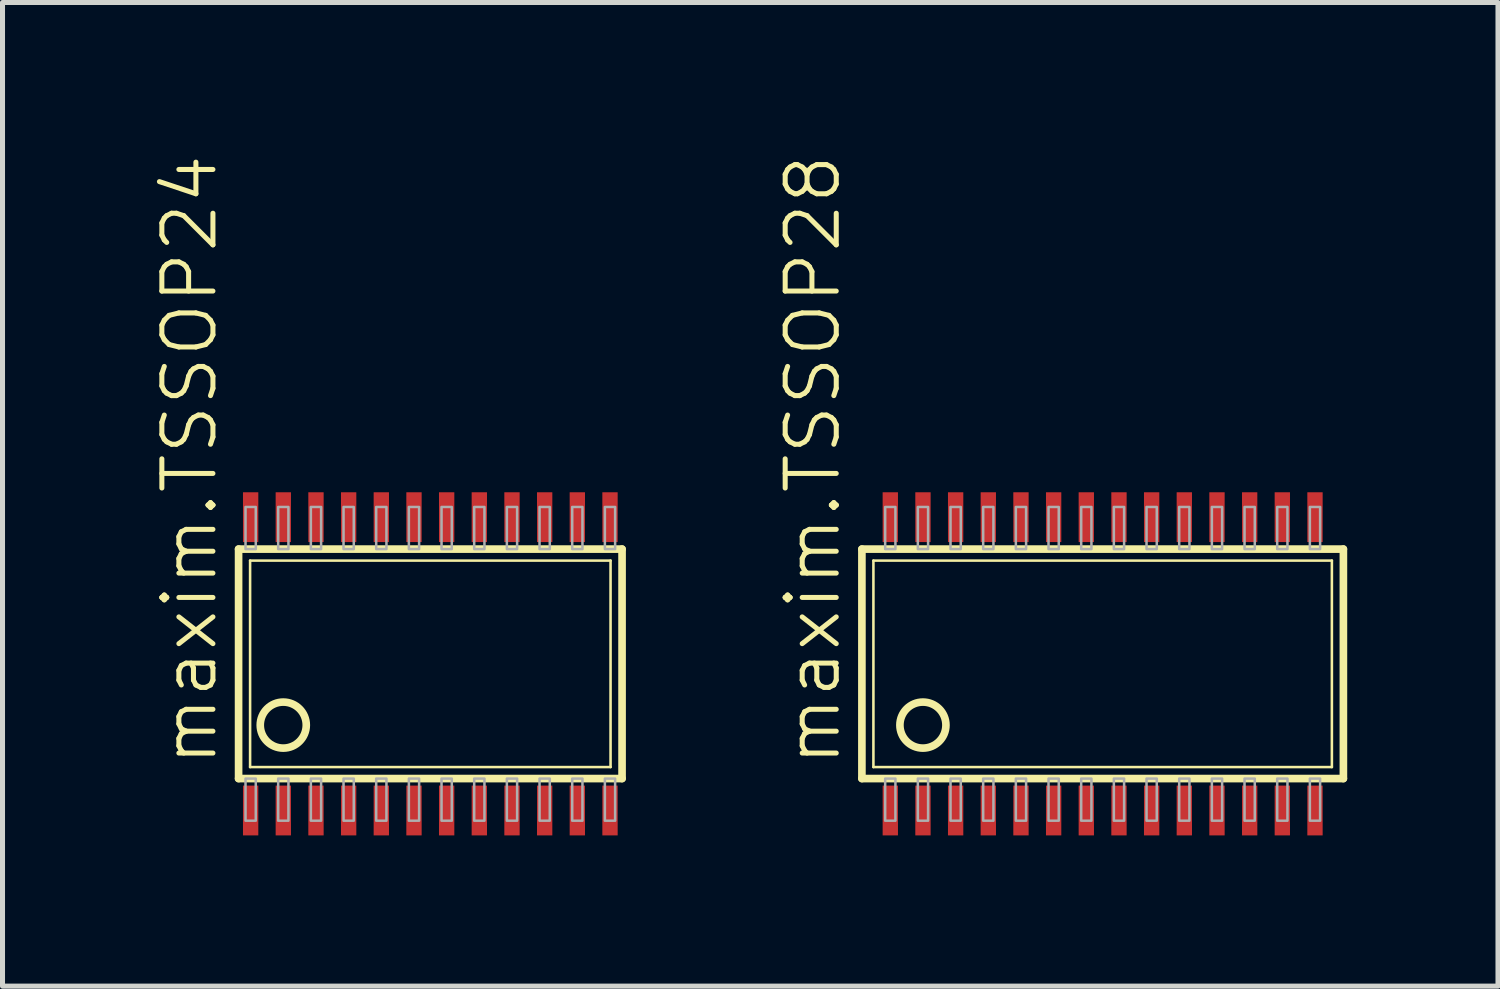
<source format=kicad_pcb>
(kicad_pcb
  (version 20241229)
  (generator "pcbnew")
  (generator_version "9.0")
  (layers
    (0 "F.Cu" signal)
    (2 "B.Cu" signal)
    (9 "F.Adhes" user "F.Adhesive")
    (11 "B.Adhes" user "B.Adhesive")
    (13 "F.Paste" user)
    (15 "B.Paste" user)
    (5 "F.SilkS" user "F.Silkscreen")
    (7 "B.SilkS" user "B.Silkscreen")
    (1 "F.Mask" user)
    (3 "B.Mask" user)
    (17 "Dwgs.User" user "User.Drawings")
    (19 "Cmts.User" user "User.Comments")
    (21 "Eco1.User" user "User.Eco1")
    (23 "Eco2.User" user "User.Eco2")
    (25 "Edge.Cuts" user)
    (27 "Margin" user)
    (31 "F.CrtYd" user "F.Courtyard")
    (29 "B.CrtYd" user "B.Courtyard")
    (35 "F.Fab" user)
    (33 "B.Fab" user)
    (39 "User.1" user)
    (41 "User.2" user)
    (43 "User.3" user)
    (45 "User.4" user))
  (footprint "maxim.TSSOP28"
    (layer "F.Cu")
    (at 18.889 10.158)
    (property "Reference" "maxim.TSSOP28" (at -5.171 2.083 90) (layer "F.SilkS") (effects (font (size 1.016 1.016) (thickness 0.1)) (justify left bottom)))
    (attr smd)
    (fp_line (start -4.79 2.283) (end -4.79 -2.283) (stroke (width 0.152) (type default)) (layer "F.SilkS"))
    (fp_line (start -4.79 2.283) (end 4.79 2.283) (stroke (width 0.152) (type default)) (layer "F.SilkS"))
    (fp_line (start -4.561 2.054) (end -4.561 -2.054) (stroke (width 0.051) (type default)) (layer "F.SilkS"))
    (fp_line (start -4.561 2.054) (end 4.561 2.054) (stroke (width 0.051) (type default)) (layer "F.SilkS"))
    (fp_line (start 4.561 -2.054) (end -4.561 -2.054) (stroke (width 0.051) (type default)) (layer "F.SilkS"))
    (fp_line (start 4.561 -2.054) (end 4.561 2.054) (stroke (width 0.051) (type default)) (layer "F.SilkS"))
    (fp_line (start 4.79 -2.283) (end -4.79 -2.283) (stroke (width 0.152) (type default)) (layer "F.SilkS"))
    (fp_line (start 4.79 -2.283) (end 4.79 2.283) (stroke (width 0.152) (type default)) (layer "F.SilkS"))
    (fp_circle (center -3.576 1.219) (end -3.118 1.219) (stroke (width 0.152) (type default)) (fill no) (layer "F.SilkS"))
    (fp_rect (start -4.327 -2.283) (end -4.123 -3.121) (stroke (width 0.05) (type default)) (fill no) (layer "F.Fab"))
    (fp_rect (start -4.327 3.121) (end -4.123 2.283) (stroke (width 0.05) (type default)) (fill no) (layer "F.Fab"))
    (fp_rect (start -3.677 -2.283) (end -3.473 -3.121) (stroke (width 0.05) (type default)) (fill no) (layer "F.Fab"))
    (fp_rect (start -3.677 3.121) (end -3.473 2.283) (stroke (width 0.05) (type default)) (fill no) (layer "F.Fab"))
    (fp_rect (start -3.027 -2.283) (end -2.823 -3.121) (stroke (width 0.05) (type default)) (fill no) (layer "F.Fab"))
    (fp_rect (start -3.027 3.121) (end -2.823 2.283) (stroke (width 0.05) (type default)) (fill no) (layer "F.Fab"))
    (fp_rect (start -2.377 -2.283) (end -2.173 -3.121) (stroke (width 0.05) (type default)) (fill no) (layer "F.Fab"))
    (fp_rect (start -2.377 3.121) (end -2.173 2.283) (stroke (width 0.05) (type default)) (fill no) (layer "F.Fab"))
    (fp_rect (start -1.727 -2.283) (end -1.523 -3.121) (stroke (width 0.05) (type default)) (fill no) (layer "F.Fab"))
    (fp_rect (start -1.727 3.121) (end -1.523 2.283) (stroke (width 0.05) (type default)) (fill no) (layer "F.Fab"))
    (fp_rect (start -1.077 -2.283) (end -0.873 -3.121) (stroke (width 0.05) (type default)) (fill no) (layer "F.Fab"))
    (fp_rect (start -1.077 3.121) (end -0.873 2.283) (stroke (width 0.05) (type default)) (fill no) (layer "F.Fab"))
    (fp_rect (start -0.427 -2.283) (end -0.223 -3.121) (stroke (width 0.05) (type default)) (fill no) (layer "F.Fab"))
    (fp_rect (start -0.427 3.121) (end -0.223 2.283) (stroke (width 0.05) (type default)) (fill no) (layer "F.Fab"))
    (fp_rect (start 0.223 -2.283) (end 0.427 -3.121) (stroke (width 0.05) (type default)) (fill no) (layer "F.Fab"))
    (fp_rect (start 0.223 3.121) (end 0.427 2.283) (stroke (width 0.05) (type default)) (fill no) (layer "F.Fab"))
    (fp_rect (start 0.873 -2.283) (end 1.077 -3.121) (stroke (width 0.05) (type default)) (fill no) (layer "F.Fab"))
    (fp_rect (start 0.873 3.121) (end 1.077 2.283) (stroke (width 0.05) (type default)) (fill no) (layer "F.Fab"))
    (fp_rect (start 1.523 -2.283) (end 1.727 -3.121) (stroke (width 0.05) (type default)) (fill no) (layer "F.Fab"))
    (fp_rect (start 1.523 3.121) (end 1.727 2.283) (stroke (width 0.05) (type default)) (fill no) (layer "F.Fab"))
    (fp_rect (start 2.173 -2.283) (end 2.377 -3.121) (stroke (width 0.05) (type default)) (fill no) (layer "F.Fab"))
    (fp_rect (start 2.173 3.121) (end 2.377 2.283) (stroke (width 0.05) (type default)) (fill no) (layer "F.Fab"))
    (fp_rect (start 2.823 -2.283) (end 3.027 -3.121) (stroke (width 0.05) (type default)) (fill no) (layer "F.Fab"))
    (fp_rect (start 2.823 3.121) (end 3.027 2.283) (stroke (width 0.05) (type default)) (fill no) (layer "F.Fab"))
    (fp_rect (start 3.473 -2.283) (end 3.677 -3.121) (stroke (width 0.05) (type default)) (fill no) (layer "F.Fab"))
    (fp_rect (start 3.473 3.121) (end 3.677 2.283) (stroke (width 0.05) (type default)) (fill no) (layer "F.Fab"))
    (fp_rect (start 4.123 -2.283) (end 4.327 -3.121) (stroke (width 0.05) (type default)) (fill no) (layer "F.Fab"))
    (fp_rect (start 4.123 3.121) (end 4.327 2.283) (stroke (width 0.05) (type default)) (fill no) (layer "F.Fab"))
    (pad "1" smd roundrect (at -4.225 2.918) (size 0.305 0.991) (layers "F.Cu" "F.Mask" "F.Paste") (roundrect_rratio 0.01))
    (pad "2" smd roundrect (at -3.575 2.918) (size 0.305 0.991) (layers "F.Cu" "F.Mask" "F.Paste") (roundrect_rratio 0.01))
    (pad "3" smd roundrect (at -2.925 2.918) (size 0.305 0.991) (layers "F.Cu" "F.Mask" "F.Paste") (roundrect_rratio 0.01))
    (pad "4" smd roundrect (at -2.275 2.918) (size 0.305 0.991) (layers "F.Cu" "F.Mask" "F.Paste") (roundrect_rratio 0.01))
    (pad "5" smd roundrect (at -1.625 2.918) (size 0.305 0.991) (layers "F.Cu" "F.Mask" "F.Paste") (roundrect_rratio 0.01))
    (pad "6" smd roundrect (at -0.975 2.918) (size 0.305 0.991) (layers "F.Cu" "F.Mask" "F.Paste") (roundrect_rratio 0.01))
    (pad "7" smd roundrect (at -0.325 2.918) (size 0.305 0.991) (layers "F.Cu" "F.Mask" "F.Paste") (roundrect_rratio 0.01))
    (pad "8" smd roundrect (at 0.325 2.918) (size 0.305 0.991) (layers "F.Cu" "F.Mask" "F.Paste") (roundrect_rratio 0.01))
    (pad "9" smd roundrect (at 0.975 2.918) (size 0.305 0.991) (layers "F.Cu" "F.Mask" "F.Paste") (roundrect_rratio 0.01))
    (pad "10" smd roundrect (at 1.625 2.918) (size 0.305 0.991) (layers "F.Cu" "F.Mask" "F.Paste") (roundrect_rratio 0.01))
    (pad "11" smd roundrect (at 2.275 2.918) (size 0.305 0.991) (layers "F.Cu" "F.Mask" "F.Paste") (roundrect_rratio 0.01))
    (pad "12" smd roundrect (at 2.925 2.918) (size 0.305 0.991) (layers "F.Cu" "F.Mask" "F.Paste") (roundrect_rratio 0.01))
    (pad "13" smd roundrect (at 3.575 2.918) (size 0.305 0.991) (layers "F.Cu" "F.Mask" "F.Paste") (roundrect_rratio 0.01))
    (pad "14" smd roundrect (at 4.225 2.918) (size 0.305 0.991) (layers "F.Cu" "F.Mask" "F.Paste") (roundrect_rratio 0.01))
    (pad "15" smd roundrect (at 4.225 -2.918) (size 0.305 0.991) (layers "F.Cu" "F.Mask" "F.Paste") (roundrect_rratio 0.01))
    (pad "16" smd roundrect (at 3.575 -2.918) (size 0.305 0.991) (layers "F.Cu" "F.Mask" "F.Paste") (roundrect_rratio 0.01))
    (pad "17" smd roundrect (at 2.925 -2.918) (size 0.305 0.991) (layers "F.Cu" "F.Mask" "F.Paste") (roundrect_rratio 0.01))
    (pad "18" smd roundrect (at 2.275 -2.918) (size 0.305 0.991) (layers "F.Cu" "F.Mask" "F.Paste") (roundrect_rratio 0.01))
    (pad "19" smd roundrect (at 1.625 -2.918) (size 0.305 0.991) (layers "F.Cu" "F.Mask" "F.Paste") (roundrect_rratio 0.01))
    (pad "20" smd roundrect (at 0.975 -2.918) (size 0.305 0.991) (layers "F.Cu" "F.Mask" "F.Paste") (roundrect_rratio 0.01))
    (pad "21" smd roundrect (at 0.325 -2.918) (size 0.305 0.991) (layers "F.Cu" "F.Mask" "F.Paste") (roundrect_rratio 0.01))
    (pad "22" smd roundrect (at -0.325 -2.918) (size 0.305 0.991) (layers "F.Cu" "F.Mask" "F.Paste") (roundrect_rratio 0.01))
    (pad "23" smd roundrect (at -0.975 -2.918) (size 0.305 0.991) (layers "F.Cu" "F.Mask" "F.Paste") (roundrect_rratio 0.01))
    (pad "24" smd roundrect (at -1.625 -2.918) (size 0.305 0.991) (layers "F.Cu" "F.Mask" "F.Paste") (roundrect_rratio 0.01))
    (pad "25" smd roundrect (at -2.275 -2.918) (size 0.305 0.991) (layers "F.Cu" "F.Mask" "F.Paste") (roundrect_rratio 0.01))
    (pad "26" smd roundrect (at -2.925 -2.918) (size 0.305 0.991) (layers "F.Cu" "F.Mask" "F.Paste") (roundrect_rratio 0.01))
    (pad "27" smd roundrect (at -3.575 -2.918) (size 0.305 0.991) (layers "F.Cu" "F.Mask" "F.Paste") (roundrect_rratio 0.01))
    (pad "28" smd roundrect (at -4.225 -2.918) (size 0.305 0.991) (layers "F.Cu" "F.Mask" "F.Paste") (roundrect_rratio 0.01)))
  (footprint "maxim.TSSOP24"
    (layer "F.Cu")
    (at 5.512 10.158)
    (property "Reference" "maxim.TSSOP24" (at -4.196 2.083 90) (layer "F.SilkS") (effects (font (size 1.016 1.016) (thickness 0.1)) (justify left bottom)))
    (attr smd)
    (fp_line (start -3.815 2.283) (end -3.815 -2.283) (stroke (width 0.152) (type default)) (layer "F.SilkS"))
    (fp_line (start -3.815 2.283) (end 3.815 2.283) (stroke (width 0.152) (type default)) (layer "F.SilkS"))
    (fp_line (start -3.586 2.054) (end -3.586 -2.054) (stroke (width 0.051) (type default)) (layer "F.SilkS"))
    (fp_line (start -3.586 2.054) (end 3.586 2.054) (stroke (width 0.051) (type default)) (layer "F.SilkS"))
    (fp_line (start 3.586 -2.054) (end -3.586 -2.054) (stroke (width 0.051) (type default)) (layer "F.SilkS"))
    (fp_line (start 3.586 -2.054) (end 3.586 2.054) (stroke (width 0.051) (type default)) (layer "F.SilkS"))
    (fp_line (start 3.815 -2.283) (end -3.815 -2.283) (stroke (width 0.152) (type default)) (layer "F.SilkS"))
    (fp_line (start 3.815 -2.283) (end 3.815 2.283) (stroke (width 0.152) (type default)) (layer "F.SilkS"))
    (fp_circle (center -2.926 1.219) (end -2.468 1.219) (stroke (width 0.152) (type default)) (fill no) (layer "F.SilkS"))
    (fp_rect (start -3.677 -2.283) (end -3.473 -3.121) (stroke (width 0.05) (type default)) (fill no) (layer "F.Fab"))
    (fp_rect (start -3.677 3.121) (end -3.473 2.283) (stroke (width 0.05) (type default)) (fill no) (layer "F.Fab"))
    (fp_rect (start -3.027 -2.283) (end -2.823 -3.121) (stroke (width 0.05) (type default)) (fill no) (layer "F.Fab"))
    (fp_rect (start -3.027 3.121) (end -2.823 2.283) (stroke (width 0.05) (type default)) (fill no) (layer "F.Fab"))
    (fp_rect (start -2.377 -2.283) (end -2.173 -3.121) (stroke (width 0.05) (type default)) (fill no) (layer "F.Fab"))
    (fp_rect (start -2.377 3.121) (end -2.173 2.283) (stroke (width 0.05) (type default)) (fill no) (layer "F.Fab"))
    (fp_rect (start -1.727 -2.283) (end -1.523 -3.121) (stroke (width 0.05) (type default)) (fill no) (layer "F.Fab"))
    (fp_rect (start -1.727 3.121) (end -1.523 2.283) (stroke (width 0.05) (type default)) (fill no) (layer "F.Fab"))
    (fp_rect (start -1.077 -2.283) (end -0.873 -3.121) (stroke (width 0.05) (type default)) (fill no) (layer "F.Fab"))
    (fp_rect (start -1.077 3.121) (end -0.873 2.283) (stroke (width 0.05) (type default)) (fill no) (layer "F.Fab"))
    (fp_rect (start -0.427 -2.283) (end -0.223 -3.121) (stroke (width 0.05) (type default)) (fill no) (layer "F.Fab"))
    (fp_rect (start -0.427 3.121) (end -0.223 2.283) (stroke (width 0.05) (type default)) (fill no) (layer "F.Fab"))
    (fp_rect (start 0.223 -2.283) (end 0.427 -3.121) (stroke (width 0.05) (type default)) (fill no) (layer "F.Fab"))
    (fp_rect (start 0.223 3.121) (end 0.427 2.283) (stroke (width 0.05) (type default)) (fill no) (layer "F.Fab"))
    (fp_rect (start 0.873 -2.283) (end 1.077 -3.121) (stroke (width 0.05) (type default)) (fill no) (layer "F.Fab"))
    (fp_rect (start 0.873 3.121) (end 1.077 2.283) (stroke (width 0.05) (type default)) (fill no) (layer "F.Fab"))
    (fp_rect (start 1.523 -2.283) (end 1.727 -3.121) (stroke (width 0.05) (type default)) (fill no) (layer "F.Fab"))
    (fp_rect (start 1.523 3.121) (end 1.727 2.283) (stroke (width 0.05) (type default)) (fill no) (layer "F.Fab"))
    (fp_rect (start 2.173 -2.283) (end 2.377 -3.121) (stroke (width 0.05) (type default)) (fill no) (layer "F.Fab"))
    (fp_rect (start 2.173 3.121) (end 2.377 2.283) (stroke (width 0.05) (type default)) (fill no) (layer "F.Fab"))
    (fp_rect (start 2.823 -2.283) (end 3.027 -3.121) (stroke (width 0.05) (type default)) (fill no) (layer "F.Fab"))
    (fp_rect (start 2.823 3.121) (end 3.027 2.283) (stroke (width 0.05) (type default)) (fill no) (layer "F.Fab"))
    (fp_rect (start 3.473 -2.283) (end 3.677 -3.121) (stroke (width 0.05) (type default)) (fill no) (layer "F.Fab"))
    (fp_rect (start 3.473 3.121) (end 3.677 2.283) (stroke (width 0.05) (type default)) (fill no) (layer "F.Fab"))
    (pad "1" smd roundrect (at -3.575 2.918) (size 0.305 0.991) (layers "F.Cu" "F.Mask" "F.Paste") (roundrect_rratio 0.01))
    (pad "2" smd roundrect (at -2.925 2.918) (size 0.305 0.991) (layers "F.Cu" "F.Mask" "F.Paste") (roundrect_rratio 0.01))
    (pad "3" smd roundrect (at -2.275 2.918) (size 0.305 0.991) (layers "F.Cu" "F.Mask" "F.Paste") (roundrect_rratio 0.01))
    (pad "4" smd roundrect (at -1.625 2.918) (size 0.305 0.991) (layers "F.Cu" "F.Mask" "F.Paste") (roundrect_rratio 0.01))
    (pad "5" smd roundrect (at -0.975 2.918) (size 0.305 0.991) (layers "F.Cu" "F.Mask" "F.Paste") (roundrect_rratio 0.01))
    (pad "6" smd roundrect (at -0.325 2.918) (size 0.305 0.991) (layers "F.Cu" "F.Mask" "F.Paste") (roundrect_rratio 0.01))
    (pad "7" smd roundrect (at 0.325 2.918) (size 0.305 0.991) (layers "F.Cu" "F.Mask" "F.Paste") (roundrect_rratio 0.01))
    (pad "8" smd roundrect (at 0.975 2.918) (size 0.305 0.991) (layers "F.Cu" "F.Mask" "F.Paste") (roundrect_rratio 0.01))
    (pad "9" smd roundrect (at 1.625 2.918) (size 0.305 0.991) (layers "F.Cu" "F.Mask" "F.Paste") (roundrect_rratio 0.01))
    (pad "10" smd roundrect (at 2.275 2.918) (size 0.305 0.991) (layers "F.Cu" "F.Mask" "F.Paste") (roundrect_rratio 0.01))
    (pad "11" smd roundrect (at 2.925 2.918) (size 0.305 0.991) (layers "F.Cu" "F.Mask" "F.Paste") (roundrect_rratio 0.01))
    (pad "12" smd roundrect (at 3.575 2.918) (size 0.305 0.991) (layers "F.Cu" "F.Mask" "F.Paste") (roundrect_rratio 0.01))
    (pad "13" smd roundrect (at 3.575 -2.918) (size 0.305 0.991) (layers "F.Cu" "F.Mask" "F.Paste") (roundrect_rratio 0.01))
    (pad "14" smd roundrect (at 2.925 -2.918) (size 0.305 0.991) (layers "F.Cu" "F.Mask" "F.Paste") (roundrect_rratio 0.01))
    (pad "15" smd roundrect (at 2.275 -2.918) (size 0.305 0.991) (layers "F.Cu" "F.Mask" "F.Paste") (roundrect_rratio 0.01))
    (pad "16" smd roundrect (at 1.625 -2.918) (size 0.305 0.991) (layers "F.Cu" "F.Mask" "F.Paste") (roundrect_rratio 0.01))
    (pad "17" smd roundrect (at 0.975 -2.918) (size 0.305 0.991) (layers "F.Cu" "F.Mask" "F.Paste") (roundrect_rratio 0.01))
    (pad "18" smd roundrect (at 0.325 -2.918) (size 0.305 0.991) (layers "F.Cu" "F.Mask" "F.Paste") (roundrect_rratio 0.01))
    (pad "19" smd roundrect (at -0.325 -2.918) (size 0.305 0.991) (layers "F.Cu" "F.Mask" "F.Paste") (roundrect_rratio 0.01))
    (pad "20" smd roundrect (at -0.975 -2.918) (size 0.305 0.991) (layers "F.Cu" "F.Mask" "F.Paste") (roundrect_rratio 0.01))
    (pad "21" smd roundrect (at -1.625 -2.918) (size 0.305 0.991) (layers "F.Cu" "F.Mask" "F.Paste") (roundrect_rratio 0.01))
    (pad "22" smd roundrect (at -2.275 -2.918) (size 0.305 0.991) (layers "F.Cu" "F.Mask" "F.Paste") (roundrect_rratio 0.01))
    (pad "23" smd roundrect (at -2.925 -2.918) (size 0.305 0.991) (layers "F.Cu" "F.Mask" "F.Paste") (roundrect_rratio 0.01))
    (pad "24" smd roundrect (at -3.575 -2.918) (size 0.305 0.991) (layers "F.Cu" "F.Mask" "F.Paste") (roundrect_rratio 0.01)))
  (gr_rect
    (start -3 -3)
    (end 26.755 16.571)
    (stroke (width 0.1) (type default))
    (fill no)
    (layer "Edge.Cuts")))
</source>
